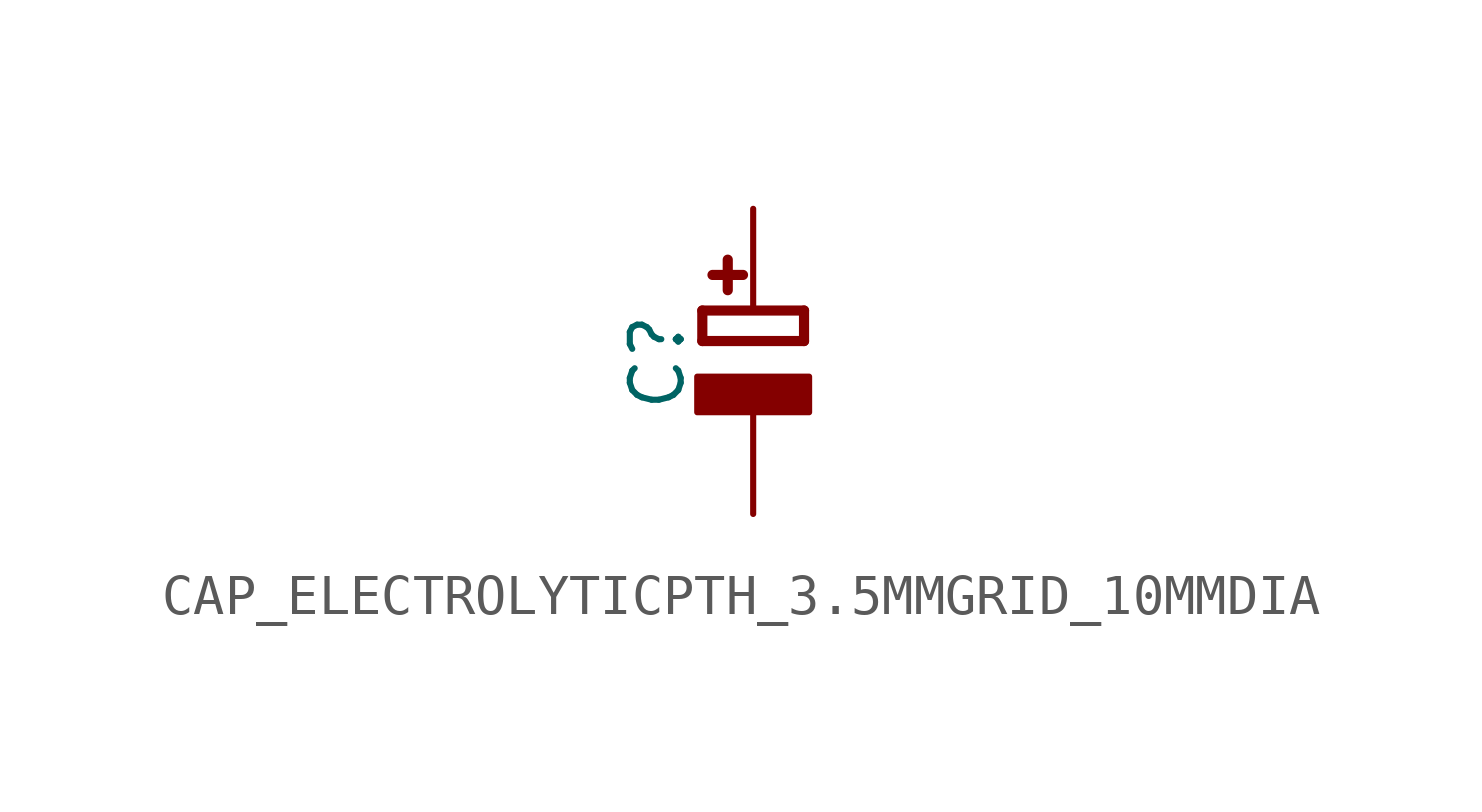
<source format=kicad_sym>
(kicad_symbol_lib
  (version 20220914)
  (generator kicad_symbol_editor)
  (symbol "CAP_ELECTROLYTICPTH_3.5MMGRID_10MMDIA"
    (property "Reference" "C"
      (at -2.39 1.25 90)
      (effects (font (size 1.27 1.27))))
    (property "Value" ""
      (at 2.5 1.25 90)
      (effects (font (size 1.27 1.27))))
    (property "ki_locked" ""
      (at 0 0 0)
      (effects (font (size 1.27 1.27))))
    (symbol "CAP_ELECTROLYTICPTH_3.5MMGRID_10MMDIA_1_0"
      (rectangle (start -1.397 0) (end 1.397 0.889) (stroke (width 0) (type default)) (fill (type outline)))
      (polyline (pts (xy -1.27 1.778) (xy -1.27 2.54)) (stroke (width 0.254) (type solid)) (fill (type none)))
      (polyline (pts (xy -1.27 2.54) (xy 1.27 2.54)) (stroke (width 0.254) (type solid)) (fill (type none)))
      (polyline (pts (xy -1.016 3.429) (xy -0.254 3.429)) (stroke (width 0.254) (type solid)) (fill (type none)))
      (polyline (pts (xy -0.635 3.81) (xy -0.635 3.048)) (stroke (width 0.254) (type solid)) (fill (type none)))
      (polyline (pts (xy 1.27 1.778) (xy -1.27 1.778)) (stroke (width 0.254) (type solid)) (fill (type none)))
      (polyline (pts (xy 1.27 2.54) (xy 1.27 1.778)) (stroke (width 0.254) (type solid)) (fill (type none)))
      (pin passive line (at 0 5.08 270) (length 2.54) (name "+" (effects (font (size 0 0)))) (number "+" (effects (font (size 0 0)))))
      (pin passive line (at 0 -2.54 90) (length 2.54) (name "-" (effects (font (size 0 0)))) (number "-" (effects (font (size 0 0))))))))
</source>
